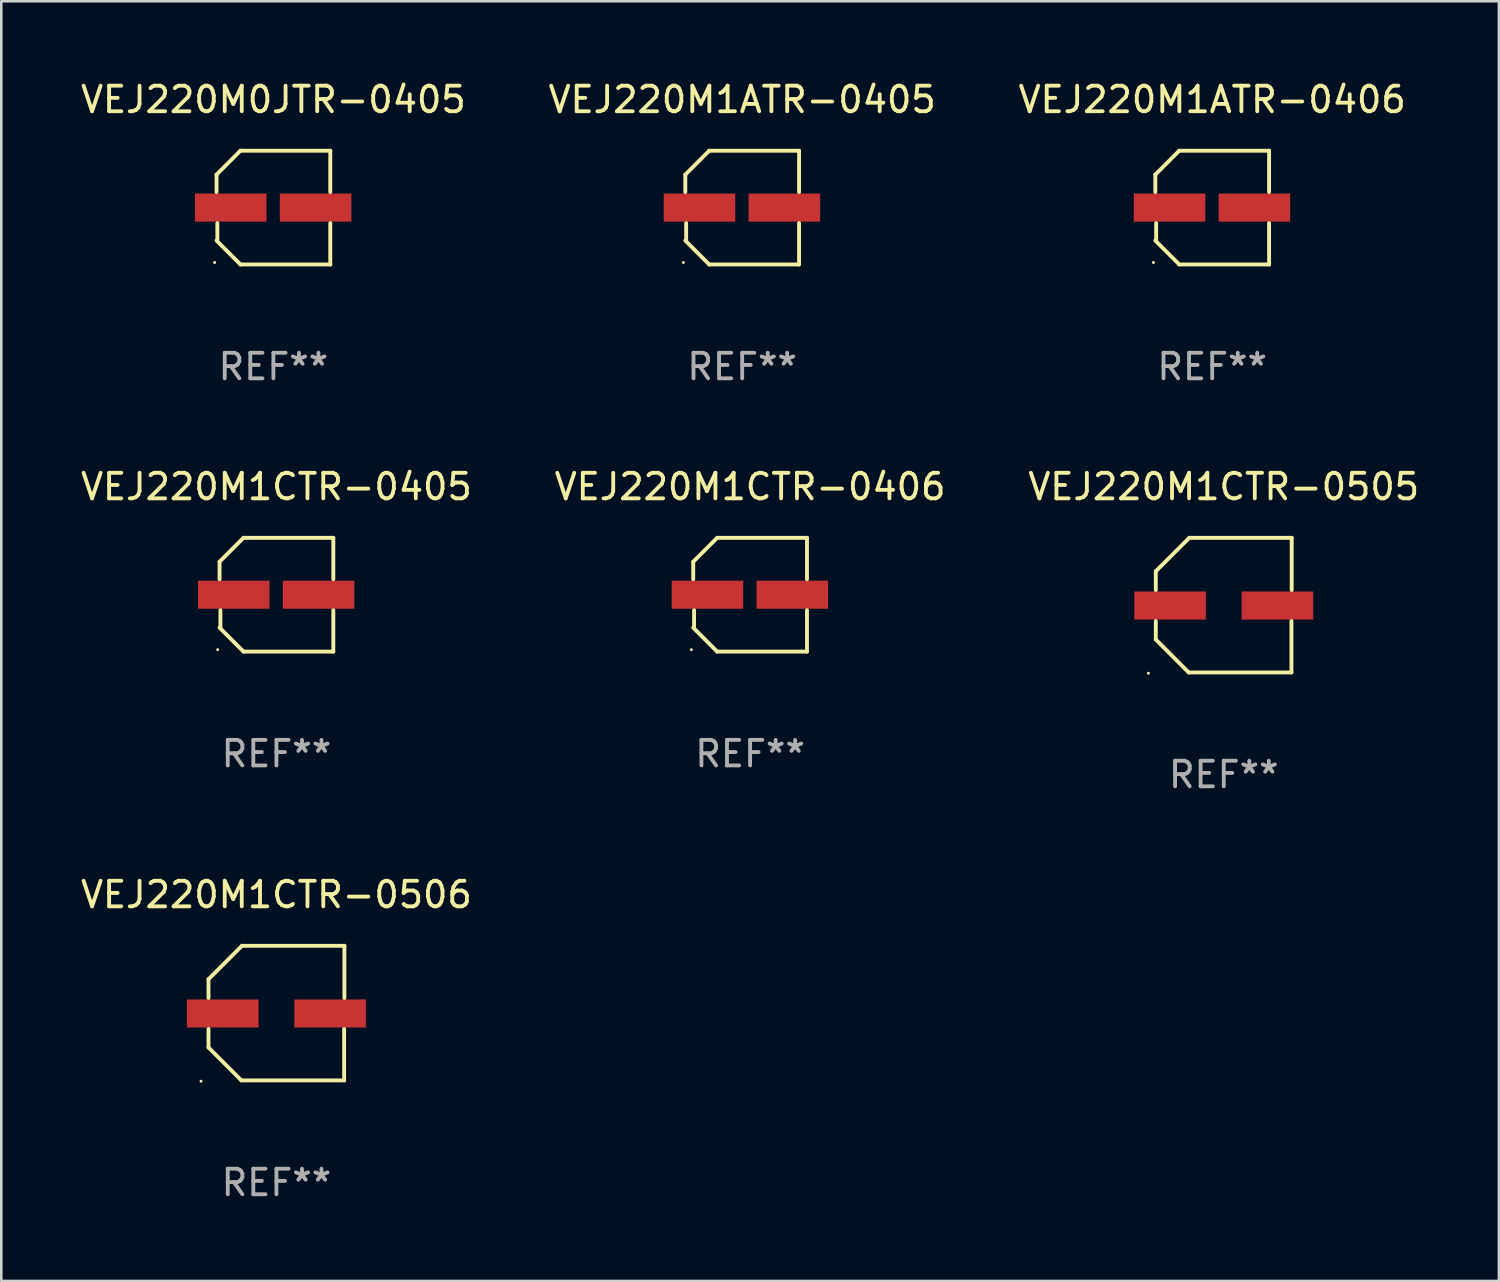
<source format=kicad_pcb>
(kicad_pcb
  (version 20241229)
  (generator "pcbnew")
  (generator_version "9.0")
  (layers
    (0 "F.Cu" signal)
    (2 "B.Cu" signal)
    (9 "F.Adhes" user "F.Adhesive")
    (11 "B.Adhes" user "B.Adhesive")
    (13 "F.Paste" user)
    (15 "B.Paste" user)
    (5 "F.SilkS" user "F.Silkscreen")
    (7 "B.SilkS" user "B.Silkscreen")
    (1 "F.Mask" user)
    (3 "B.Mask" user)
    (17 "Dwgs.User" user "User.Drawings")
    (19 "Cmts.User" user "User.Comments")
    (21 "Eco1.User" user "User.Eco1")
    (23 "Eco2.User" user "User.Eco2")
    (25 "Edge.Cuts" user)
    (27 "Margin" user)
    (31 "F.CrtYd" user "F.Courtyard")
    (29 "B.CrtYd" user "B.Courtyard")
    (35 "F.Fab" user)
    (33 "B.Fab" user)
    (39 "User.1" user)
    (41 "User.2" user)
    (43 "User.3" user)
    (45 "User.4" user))
  (footprint "VEJ220M1CTR-0505"
    (layer "F.Cu")
    (at 44.839 20.631)
    (property "Reference" "VEJ220M1CTR-0505" (at 0 -4.634 0) (layer "F.SilkS") (effects (font (size 1 1) (thickness 0.15))))
    (attr through_hole)
    (fp_line (start -2.659 -1.326) (end -2.659 -0.592) (stroke (width 0.152) (type solid)) (layer "F.SilkS"))
    (fp_line (start -2.659 1.346) (end -2.659 0.622) (stroke (width 0.152) (type solid)) (layer "F.SilkS"))
    (fp_line (start -1.372 2.634) (end -2.659 1.346) (stroke (width 0.152) (type solid)) (layer "F.SilkS"))
    (fp_line (start -1.349 -2.634) (end -2.659 -1.326) (stroke (width 0.152) (type solid)) (layer "F.SilkS"))
    (fp_line (start 2.649 0.622) (end 2.649 2.634) (stroke (width 0.152) (type solid)) (layer "F.SilkS"))
    (fp_line (start 2.649 2.634) (end -1.372 2.634) (stroke (width 0.152) (type solid)) (layer "F.SilkS"))
    (fp_line (start 2.659 -2.634) (end -1.349 -2.634) (stroke (width 0.152) (type solid)) (layer "F.SilkS"))
    (fp_line (start 2.659 -0.592) (end 2.659 -2.634) (stroke (width 0.152) (type solid)) (layer "F.SilkS"))
    (fp_circle (center -2.95 2.665) (end -2.92 2.665) (stroke (width 0.06) (type solid)) (fill no) (layer "F.SilkS"))
    (fp_text user "REF**" (at 0 6.634 0) (layer "F.Fab") (effects (font (size 1 1) (thickness 0.15))))
    (pad "1" smd rect (at -2.1 0.015) (size 2.8 1.1) (layers "F.Cu" "F.Mask" "F.Paste"))
    (pad "2" smd rect (at 2.1 0.015) (size 2.8 1.1) (layers "F.Cu" "F.Mask" "F.Paste")))
  (footprint "VEJ220M1CTR-0405"
    (layer "F.Cu")
    (at 7.768 20.223)
    (property "Reference" "VEJ220M1CTR-0405" (at 0 -4.226 0) (layer "F.SilkS") (effects (font (size 1 1) (thickness 0.15))))
    (attr through_hole)
    (fp_line (start -2.226 -1.29) (end -2.226 -0.607) (stroke (width 0.152) (type solid)) (layer "F.SilkS"))
    (fp_line (start -2.193 1.29) (end -2.193 0.607) (stroke (width 0.152) (type solid)) (layer "F.SilkS"))
    (fp_line (start -1.29 2.226) (end -2.226 1.29) (stroke (width 0.152) (type solid)) (layer "F.SilkS"))
    (fp_line (start -1.29 -2.226) (end -2.226 -1.29) (stroke (width 0.152) (type solid)) (layer "F.SilkS"))
    (fp_line (start 2.226 -2.226) (end -1.29 -2.226) (stroke (width 0.152) (type solid)) (layer "F.SilkS"))
    (fp_line (start 2.226 -0.607) (end 2.226 -2.226) (stroke (width 0.152) (type solid)) (layer "F.SilkS"))
    (fp_line (start 2.226 0.607) (end 2.226 2.226) (stroke (width 0.152) (type solid)) (layer "F.SilkS"))
    (fp_line (start 2.226 2.226) (end -1.29 2.226) (stroke (width 0.152) (type solid)) (layer "F.SilkS"))
    (fp_circle (center -2.3 2.15) (end -2.27 2.15) (stroke (width 0.06) (type solid)) (fill no) (layer "F.SilkS"))
    (fp_text user "REF**" (at 0 6.226 0) (layer "F.Fab") (effects (font (size 1 1) (thickness 0.15))))
    (pad "1" smd rect (at -1.67 -0.000025) (size 2.8 1.1) (layers "F.Cu" "F.Mask" "F.Paste"))
    (pad "2" smd rect (at 1.651 -0.000025) (size 2.8 1.1) (layers "F.Cu" "F.Mask" "F.Paste")))
  (footprint "VEJ220M0JTR-0405"
    (layer "F.Cu")
    (at 7.649 5.074)
    (property "Reference" "VEJ220M0JTR-0405" (at 0 -4.226 0) (layer "F.SilkS") (effects (font (size 1 1) (thickness 0.15))))
    (attr through_hole)
    (fp_line (start -2.226 -1.29) (end -2.226 -0.607) (stroke (width 0.152) (type solid)) (layer "F.SilkS"))
    (fp_line (start -2.193 1.29) (end -2.193 0.607) (stroke (width 0.152) (type solid)) (layer "F.SilkS"))
    (fp_line (start -1.29 2.226) (end -2.226 1.29) (stroke (width 0.152) (type solid)) (layer "F.SilkS"))
    (fp_line (start -1.29 -2.226) (end -2.226 -1.29) (stroke (width 0.152) (type solid)) (layer "F.SilkS"))
    (fp_line (start 2.226 -2.226) (end -1.29 -2.226) (stroke (width 0.152) (type solid)) (layer "F.SilkS"))
    (fp_line (start 2.226 -0.607) (end 2.226 -2.226) (stroke (width 0.152) (type solid)) (layer "F.SilkS"))
    (fp_line (start 2.226 0.607) (end 2.226 2.226) (stroke (width 0.152) (type solid)) (layer "F.SilkS"))
    (fp_line (start 2.226 2.226) (end -1.29 2.226) (stroke (width 0.152) (type solid)) (layer "F.SilkS"))
    (fp_circle (center -2.3 2.15) (end -2.27 2.15) (stroke (width 0.06) (type solid)) (fill no) (layer "F.SilkS"))
    (fp_text user "REF**" (at 0 6.226 0) (layer "F.Fab") (effects (font (size 1 1) (thickness 0.15))))
    (pad "1" smd rect (at -1.67 -0.000025) (size 2.8 1.1) (layers "F.Cu" "F.Mask" "F.Paste"))
    (pad "2" smd rect (at 1.651 -0.000025) (size 2.8 1.1) (layers "F.Cu" "F.Mask" "F.Paste")))
  (footprint "VEJ220M1ATR-0405"
    (layer "F.Cu")
    (at 25.994 5.074)
    (property "Reference" "VEJ220M1ATR-0405" (at 0 -4.226 0) (layer "F.SilkS") (effects (font (size 1 1) (thickness 0.15))))
    (attr through_hole)
    (fp_line (start -2.226 -1.29) (end -2.226 -0.607) (stroke (width 0.152) (type solid)) (layer "F.SilkS"))
    (fp_line (start -2.193 1.29) (end -2.193 0.607) (stroke (width 0.152) (type solid)) (layer "F.SilkS"))
    (fp_line (start -1.29 2.226) (end -2.226 1.29) (stroke (width 0.152) (type solid)) (layer "F.SilkS"))
    (fp_line (start -1.29 -2.226) (end -2.226 -1.29) (stroke (width 0.152) (type solid)) (layer "F.SilkS"))
    (fp_line (start 2.226 -2.226) (end -1.29 -2.226) (stroke (width 0.152) (type solid)) (layer "F.SilkS"))
    (fp_line (start 2.226 -0.607) (end 2.226 -2.226) (stroke (width 0.152) (type solid)) (layer "F.SilkS"))
    (fp_line (start 2.226 0.607) (end 2.226 2.226) (stroke (width 0.152) (type solid)) (layer "F.SilkS"))
    (fp_line (start 2.226 2.226) (end -1.29 2.226) (stroke (width 0.152) (type solid)) (layer "F.SilkS"))
    (fp_circle (center -2.3 2.15) (end -2.27 2.15) (stroke (width 0.06) (type solid)) (fill no) (layer "F.SilkS"))
    (fp_text user "REF**" (at 0 6.226 0) (layer "F.Fab") (effects (font (size 1 1) (thickness 0.15))))
    (pad "1" smd rect (at -1.67 -0.000025) (size 2.8 1.1) (layers "F.Cu" "F.Mask" "F.Paste"))
    (pad "2" smd rect (at 1.651 -0.000025) (size 2.8 1.1) (layers "F.Cu" "F.Mask" "F.Paste")))
  (footprint "VEJ220M1CTR-0406"
    (layer "F.Cu")
    (at 26.304 20.223)
    (property "Reference" "VEJ220M1CTR-0406" (at 0 -4.226 0) (layer "F.SilkS") (effects (font (size 1 1) (thickness 0.15))))
    (attr through_hole)
    (fp_line (start -2.226 -1.29) (end -2.226 -0.607) (stroke (width 0.152) (type solid)) (layer "F.SilkS"))
    (fp_line (start -2.193 1.29) (end -2.193 0.607) (stroke (width 0.152) (type solid)) (layer "F.SilkS"))
    (fp_line (start -1.29 2.226) (end -2.226 1.29) (stroke (width 0.152) (type solid)) (layer "F.SilkS"))
    (fp_line (start -1.29 -2.226) (end -2.226 -1.29) (stroke (width 0.152) (type solid)) (layer "F.SilkS"))
    (fp_line (start 2.226 -2.226) (end -1.29 -2.226) (stroke (width 0.152) (type solid)) (layer "F.SilkS"))
    (fp_line (start 2.226 -0.607) (end 2.226 -2.226) (stroke (width 0.152) (type solid)) (layer "F.SilkS"))
    (fp_line (start 2.226 0.607) (end 2.226 2.226) (stroke (width 0.152) (type solid)) (layer "F.SilkS"))
    (fp_line (start 2.226 2.226) (end -1.29 2.226) (stroke (width 0.152) (type solid)) (layer "F.SilkS"))
    (fp_circle (center -2.3 2.15) (end -2.27 2.15) (stroke (width 0.06) (type solid)) (fill no) (layer "F.SilkS"))
    (fp_text user "REF**" (at 0 6.226 0) (layer "F.Fab") (effects (font (size 1 1) (thickness 0.15))))
    (pad "1" smd rect (at -1.67 -0.000025) (size 2.8 1.1) (layers "F.Cu" "F.Mask" "F.Paste"))
    (pad "2" smd rect (at 1.651 -0.000025) (size 2.8 1.1) (layers "F.Cu" "F.Mask" "F.Paste")))
  (footprint "VEJ220M1ATR-0406"
    (layer "F.Cu")
    (at 44.387 5.074)
    (property "Reference" "VEJ220M1ATR-0406" (at 0 -4.226 0) (layer "F.SilkS") (effects (font (size 1 1) (thickness 0.15))))
    (attr through_hole)
    (fp_line (start -2.226 -1.29) (end -2.226 -0.607) (stroke (width 0.152) (type solid)) (layer "F.SilkS"))
    (fp_line (start -2.193 1.29) (end -2.193 0.607) (stroke (width 0.152) (type solid)) (layer "F.SilkS"))
    (fp_line (start -1.29 2.226) (end -2.226 1.29) (stroke (width 0.152) (type solid)) (layer "F.SilkS"))
    (fp_line (start -1.29 -2.226) (end -2.226 -1.29) (stroke (width 0.152) (type solid)) (layer "F.SilkS"))
    (fp_line (start 2.226 -2.226) (end -1.29 -2.226) (stroke (width 0.152) (type solid)) (layer "F.SilkS"))
    (fp_line (start 2.226 -0.607) (end 2.226 -2.226) (stroke (width 0.152) (type solid)) (layer "F.SilkS"))
    (fp_line (start 2.226 0.607) (end 2.226 2.226) (stroke (width 0.152) (type solid)) (layer "F.SilkS"))
    (fp_line (start 2.226 2.226) (end -1.29 2.226) (stroke (width 0.152) (type solid)) (layer "F.SilkS"))
    (fp_circle (center -2.3 2.15) (end -2.27 2.15) (stroke (width 0.06) (type solid)) (fill no) (layer "F.SilkS"))
    (fp_text user "REF**" (at 0 6.226 0) (layer "F.Fab") (effects (font (size 1 1) (thickness 0.15))))
    (pad "1" smd rect (at -1.67 -0.000025) (size 2.8 1.1) (layers "F.Cu" "F.Mask" "F.Paste"))
    (pad "2" smd rect (at 1.651 -0.000025) (size 2.8 1.1) (layers "F.Cu" "F.Mask" "F.Paste")))
  (footprint "VEJ220M1CTR-0506"
    (layer "F.Cu")
    (at 7.768 36.596)
    (property "Reference" "VEJ220M1CTR-0506" (at 0 -4.634 0) (layer "F.SilkS") (effects (font (size 1 1) (thickness 0.15))))
    (attr through_hole)
    (fp_line (start -2.659 -1.326) (end -2.659 -0.592) (stroke (width 0.152) (type solid)) (layer "F.SilkS"))
    (fp_line (start -2.659 1.346) (end -2.659 0.622) (stroke (width 0.152) (type solid)) (layer "F.SilkS"))
    (fp_line (start -1.372 2.634) (end -2.659 1.346) (stroke (width 0.152) (type solid)) (layer "F.SilkS"))
    (fp_line (start -1.349 -2.634) (end -2.659 -1.326) (stroke (width 0.152) (type solid)) (layer "F.SilkS"))
    (fp_line (start 2.649 0.622) (end 2.649 2.634) (stroke (width 0.152) (type solid)) (layer "F.SilkS"))
    (fp_line (start 2.649 2.634) (end -1.372 2.634) (stroke (width 0.152) (type solid)) (layer "F.SilkS"))
    (fp_line (start 2.659 -2.634) (end -1.349 -2.634) (stroke (width 0.152) (type solid)) (layer "F.SilkS"))
    (fp_line (start 2.659 -0.592) (end 2.659 -2.634) (stroke (width 0.152) (type solid)) (layer "F.SilkS"))
    (fp_circle (center -2.95 2.665) (end -2.92 2.665) (stroke (width 0.06) (type solid)) (fill no) (layer "F.SilkS"))
    (fp_text user "REF**" (at 0 6.634 0) (layer "F.Fab") (effects (font (size 1 1) (thickness 0.15))))
    (pad "1" smd rect (at -2.1 0.015) (size 2.8 1.1) (layers "F.Cu" "F.Mask" "F.Paste"))
    (pad "2" smd rect (at 2.1 0.015) (size 2.8 1.1) (layers "F.Cu" "F.Mask" "F.Paste")))
  (gr_rect
    (start -3 -3)
    (end 55.607 47.078)
    (stroke (width 0.1) (type default))
    (fill no)
    (layer "Edge.Cuts")))
</source>
